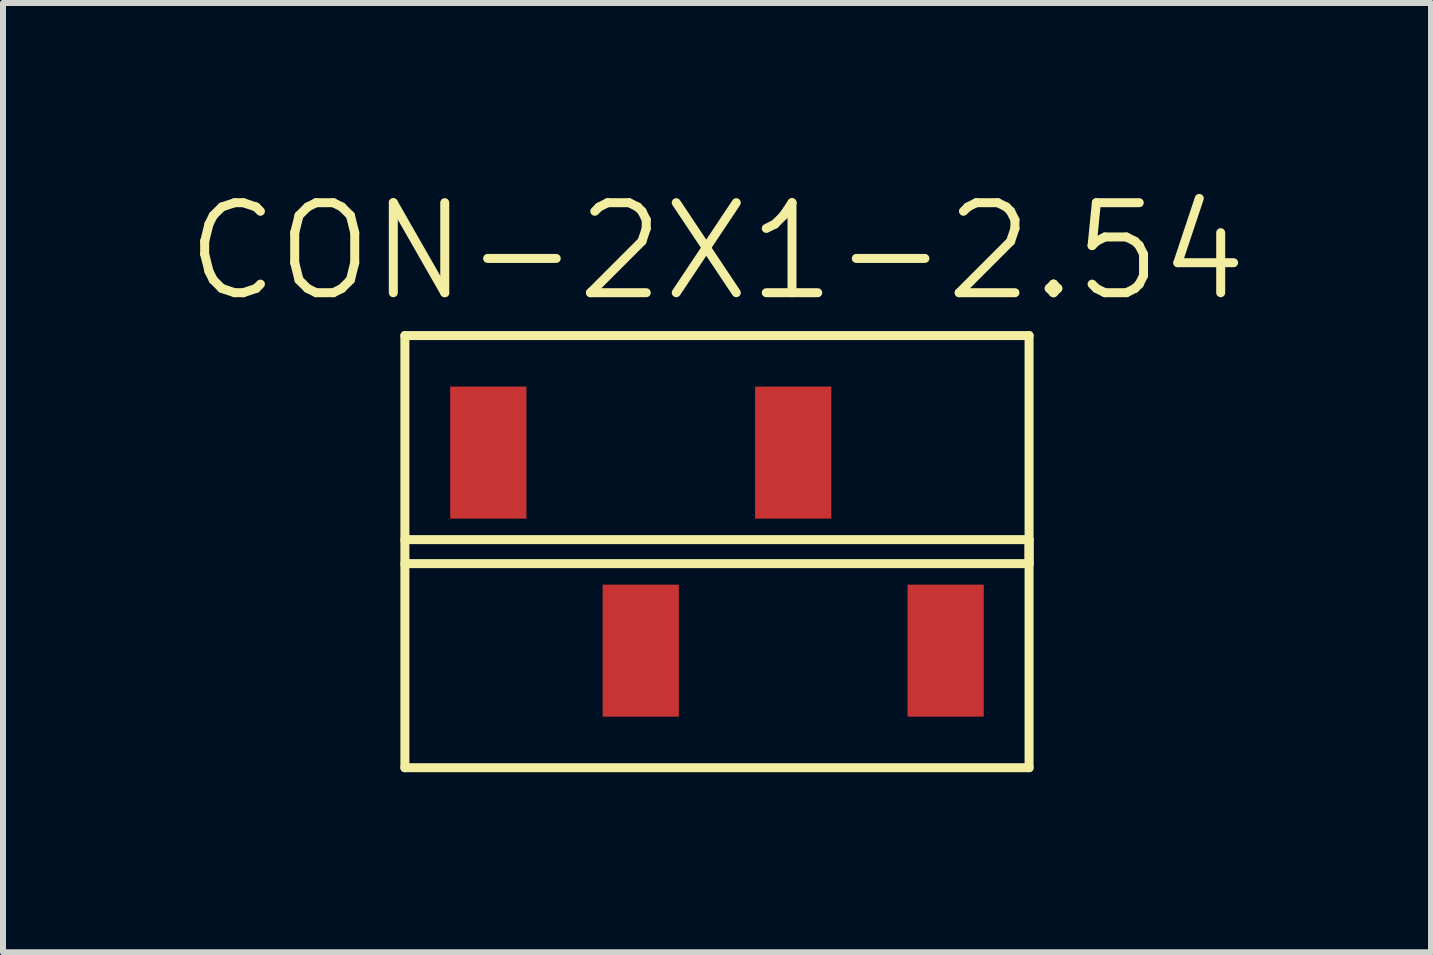
<source format=kicad_pcb>
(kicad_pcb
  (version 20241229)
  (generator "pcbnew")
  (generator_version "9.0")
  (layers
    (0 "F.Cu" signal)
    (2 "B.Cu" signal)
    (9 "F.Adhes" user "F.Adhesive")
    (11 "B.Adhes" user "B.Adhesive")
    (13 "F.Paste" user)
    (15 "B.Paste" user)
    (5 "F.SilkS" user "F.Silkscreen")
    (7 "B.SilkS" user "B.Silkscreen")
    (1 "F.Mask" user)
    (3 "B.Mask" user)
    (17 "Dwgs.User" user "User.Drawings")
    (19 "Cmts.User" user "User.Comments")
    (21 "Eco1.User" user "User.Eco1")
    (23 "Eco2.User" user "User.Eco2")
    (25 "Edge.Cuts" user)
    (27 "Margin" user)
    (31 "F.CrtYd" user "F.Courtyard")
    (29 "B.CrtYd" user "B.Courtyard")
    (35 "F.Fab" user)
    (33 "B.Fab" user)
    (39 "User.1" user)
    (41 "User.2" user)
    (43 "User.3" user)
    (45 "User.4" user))
  (footprint "CON-2X1-2.54"
    (layer "F.Cu")
    (at 8.896 6.141)
    (property "Reference" "CON-2X1-2.54" (at 0 -5 0) (layer "F.SilkS") (effects (font (size 1.5 1.5) (thickness 0.15))))
    (attr through_hole)
    (fp_line (start -5.2 -3.6) (end 5.2 -3.6) (stroke (width 0.15) (type solid)) (layer "F.SilkS"))
    (fp_line (start -5.2 -0.2) (end 5.2 -0.2) (stroke (width 0.15) (type solid)) (layer "F.SilkS"))
    (fp_line (start -5.2 3.6) (end -5.2 -3.6) (stroke (width 0.15) (type solid)) (layer "F.SilkS"))
    (fp_line (start 5.2 -3.6) (end 5.2 3.6) (stroke (width 0.15) (type solid)) (layer "F.SilkS"))
    (fp_line (start 5.2 -0.2) (end 5.2 0.2) (stroke (width 0.15) (type solid)) (layer "F.SilkS"))
    (fp_line (start 5.2 0.2) (end -5.2 0.2) (stroke (width 0.15) (type solid)) (layer "F.SilkS"))
    (fp_line (start 5.2 3.6) (end -5.2 3.6) (stroke (width 0.15) (type solid)) (layer "F.SilkS"))
    (pad "1" smd rect (at -3.81 -1.65) (size 1.27 2.2) (layers "F.Cu" "F.Mask" "F.Paste"))
    (pad "2" smd rect (at -1.27 1.65) (size 1.27 2.2) (layers "F.Cu" "F.Mask" "F.Paste"))
    (pad "3" smd rect (at 1.27 -1.65) (size 1.27 2.2) (layers "F.Cu" "F.Mask" "F.Paste"))
    (pad "4" smd rect (at 3.81 1.65) (size 1.27 2.2) (layers "F.Cu" "F.Mask" "F.Paste")))
  (gr_rect
    (start -3 -3)
    (end 20.793 12.816)
    (stroke (width 0.1) (type default))
    (fill no)
    (layer "Edge.Cuts")))
</source>
